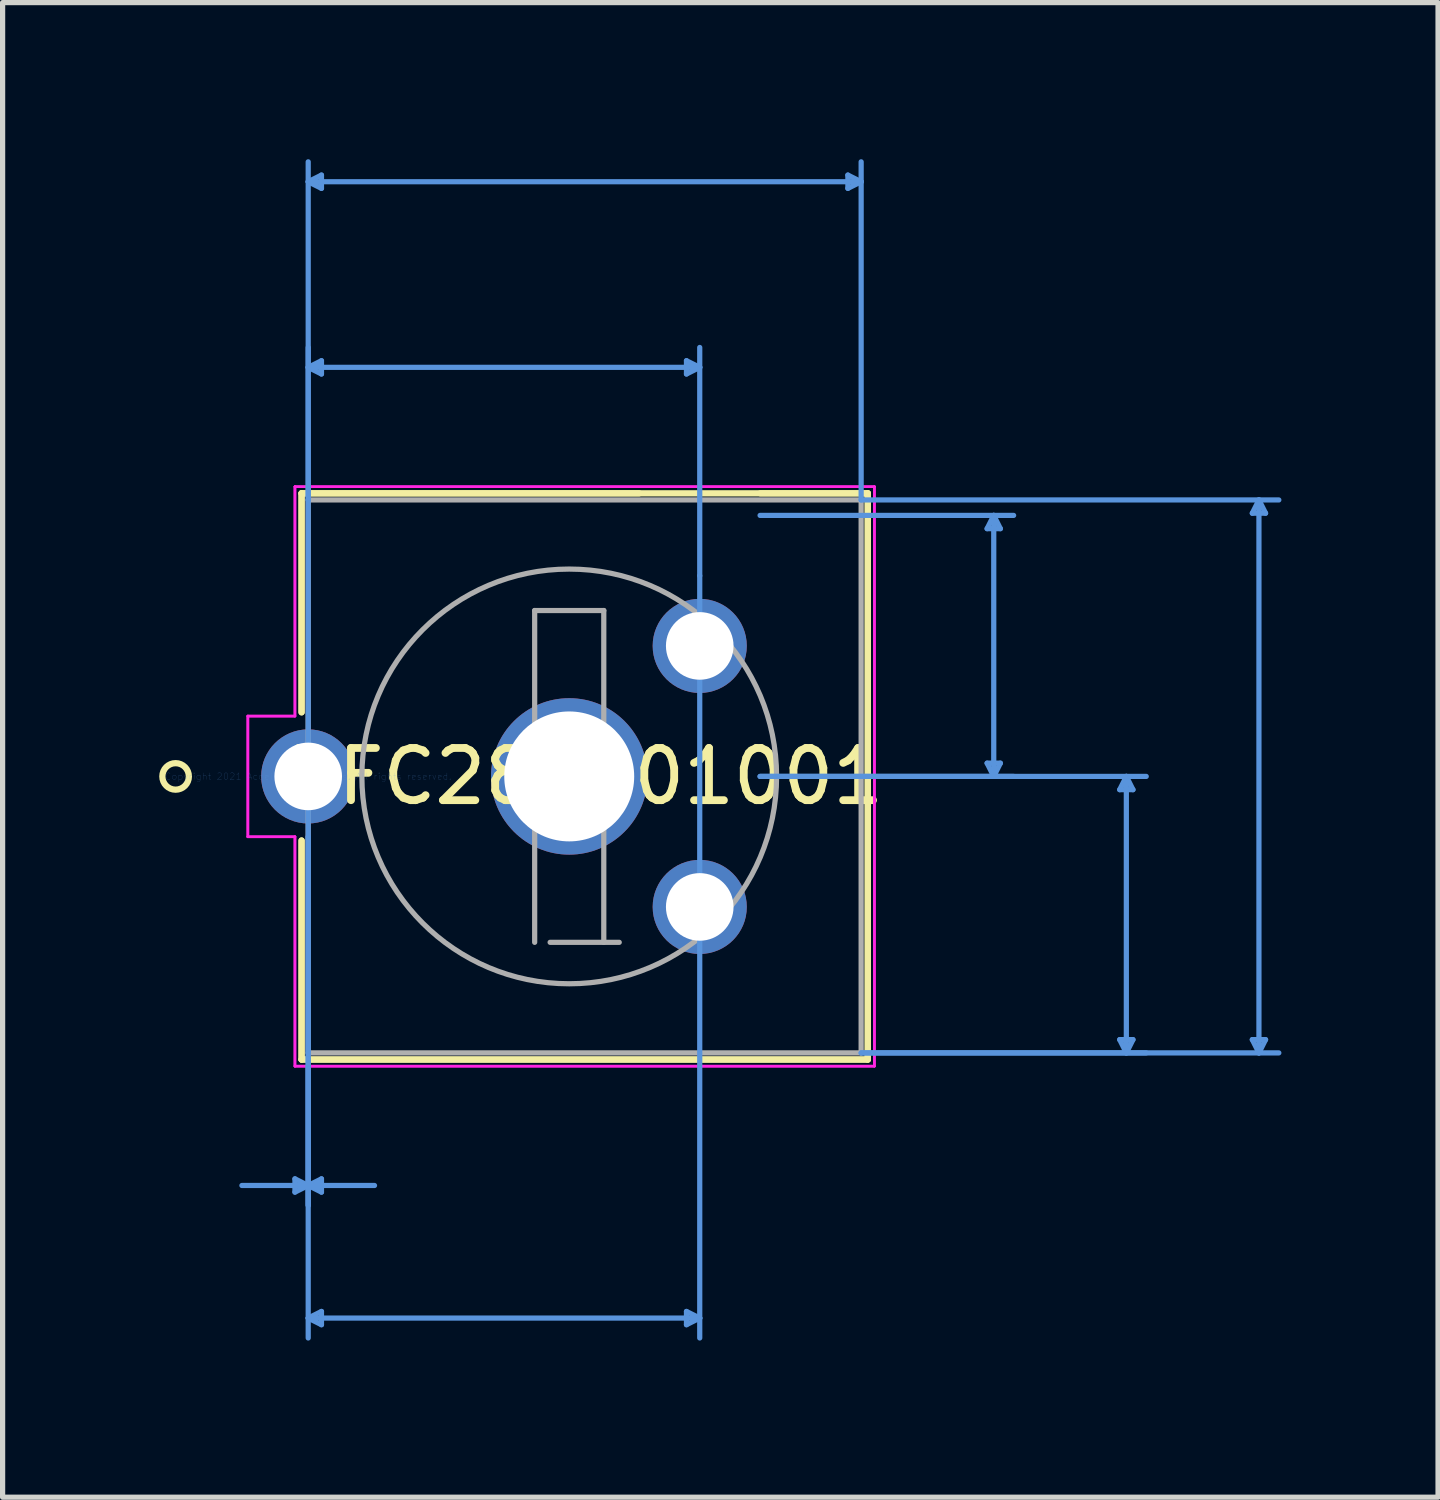
<source format=kicad_pcb>
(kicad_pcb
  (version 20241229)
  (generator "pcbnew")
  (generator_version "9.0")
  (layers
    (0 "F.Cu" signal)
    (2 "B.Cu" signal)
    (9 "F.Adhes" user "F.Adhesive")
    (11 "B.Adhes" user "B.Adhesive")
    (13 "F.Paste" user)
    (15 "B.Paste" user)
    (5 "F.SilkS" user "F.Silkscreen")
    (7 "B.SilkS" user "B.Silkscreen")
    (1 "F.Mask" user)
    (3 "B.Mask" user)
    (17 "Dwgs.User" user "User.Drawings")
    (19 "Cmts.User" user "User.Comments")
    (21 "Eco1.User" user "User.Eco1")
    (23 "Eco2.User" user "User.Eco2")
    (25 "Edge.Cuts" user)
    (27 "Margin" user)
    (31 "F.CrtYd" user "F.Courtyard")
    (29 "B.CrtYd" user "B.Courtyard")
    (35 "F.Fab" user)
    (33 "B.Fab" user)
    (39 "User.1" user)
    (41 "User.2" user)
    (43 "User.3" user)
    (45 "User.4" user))
  (footprint "BFC280801001"
    (layer "F.Cu")
    (at 2.854 11.823)
    (property "Reference" "BFC280801001" (at 5.296 0 0) (layer "F.SilkS") (effects (font (size 1 1) (thickness 0.15))))
    (attr through_hole)
    (fp_line (start -0.127 -5.423) (end -0.127 -1.228) (stroke (width 0.12) (type solid)) (layer "F.SilkS"))
    (fp_line (start -0.127 -5.423) (end 10.719 -5.423) (stroke (width 0.12) (type solid)) (layer "F.SilkS"))
    (fp_line (start -0.127 -1.228) (end -0.127 -5.423) (stroke (width 0.12) (type solid)) (layer "F.SilkS"))
    (fp_line (start -0.127 1.228) (end -0.127 5.423) (stroke (width 0.12) (type solid)) (layer "F.SilkS"))
    (fp_line (start -0.127 5.423) (end -0.127 1.228) (stroke (width 0.12) (type solid)) (layer "F.SilkS"))
    (fp_line (start -0.127 5.423) (end 10.719 5.423) (stroke (width 0.12) (type solid)) (layer "F.SilkS"))
    (fp_line (start 6.34 -5.423) (end -0.127 -5.423) (stroke (width 0.12) (type solid)) (layer "F.SilkS"))
    (fp_line (start 10.719 -5.423) (end 8.66 -5.423) (stroke (width 0.12) (type solid)) (layer "F.SilkS"))
    (fp_line (start 10.719 -5.423) (end 10.719 5.423) (stroke (width 0.12) (type solid)) (layer "F.SilkS"))
    (fp_line (start 10.719 5.423) (end -0.127 5.423) (stroke (width 0.12) (type solid)) (layer "F.SilkS"))
    (fp_line (start 10.719 5.423) (end 10.719 -5.423) (stroke (width 0.12) (type solid)) (layer "F.SilkS"))
    (fp_circle (center -2.54 0) (end -2.286 0) (stroke (width 0.12) (type solid)) (fill no) (layer "F.SilkS"))
    (fp_line (start -0.254 7.709) (end -0.254 7.963) (stroke (width 0.1) (type solid)) (layer "Cmts.User"))
    (fp_line (start 0 -11.392) (end 0.254 -11.519) (stroke (width 0.1) (type solid)) (layer "Cmts.User"))
    (fp_line (start 0 -11.392) (end 0.254 -11.265) (stroke (width 0.1) (type solid)) (layer "Cmts.User"))
    (fp_line (start 0 -11.392) (end 10.592 -11.392) (stroke (width 0.1) (type solid)) (layer "Cmts.User"))
    (fp_line (start 0 -7.836) (end 0.254 -7.963) (stroke (width 0.1) (type solid)) (layer "Cmts.User"))
    (fp_line (start 0 -7.836) (end 0.254 -7.709) (stroke (width 0.1) (type solid)) (layer "Cmts.User"))
    (fp_line (start 0 -7.836) (end 7.5 -7.836) (stroke (width 0.1) (type solid)) (layer "Cmts.User"))
    (fp_line (start 0 -5.296) (end 0 -11.773) (stroke (width 0.1) (type solid)) (layer "Cmts.User"))
    (fp_line (start 0 1.156) (end 0 -8.217) (stroke (width 0.1) (type solid)) (layer "Cmts.User"))
    (fp_line (start 0 1.156) (end 0 8.217) (stroke (width 0.1) (type solid)) (layer "Cmts.User"))
    (fp_line (start 0 1.156) (end 0 10.757) (stroke (width 0.1) (type solid)) (layer "Cmts.User"))
    (fp_line (start 0 5.55) (end 0 8.217) (stroke (width 0.1) (type solid)) (layer "Cmts.User"))
    (fp_line (start 0 7.836) (end -1.27 7.836) (stroke (width 0.1) (type solid)) (layer "Cmts.User"))
    (fp_line (start 0 7.836) (end -0.254 7.709) (stroke (width 0.1) (type solid)) (layer "Cmts.User"))
    (fp_line (start 0 7.836) (end -0.254 7.963) (stroke (width 0.1) (type solid)) (layer "Cmts.User"))
    (fp_line (start 0 7.836) (end 0.254 7.709) (stroke (width 0.1) (type solid)) (layer "Cmts.User"))
    (fp_line (start 0 7.836) (end 0.254 7.963) (stroke (width 0.1) (type solid)) (layer "Cmts.User"))
    (fp_line (start 0 7.836) (end 1.27 7.836) (stroke (width 0.1) (type solid)) (layer "Cmts.User"))
    (fp_line (start 0 10.376) (end 0.254 10.249) (stroke (width 0.1) (type solid)) (layer "Cmts.User"))
    (fp_line (start 0 10.376) (end 0.254 10.503) (stroke (width 0.1) (type solid)) (layer "Cmts.User"))
    (fp_line (start 0 10.376) (end 7.5 10.376) (stroke (width 0.1) (type solid)) (layer "Cmts.User"))
    (fp_line (start 0.254 -11.519) (end 0.254 -11.265) (stroke (width 0.1) (type solid)) (layer "Cmts.User"))
    (fp_line (start 0.254 -7.963) (end 0.254 -7.709) (stroke (width 0.1) (type solid)) (layer "Cmts.User"))
    (fp_line (start 0.254 7.709) (end 0.254 7.963) (stroke (width 0.1) (type solid)) (layer "Cmts.User"))
    (fp_line (start 0.254 10.249) (end 0.254 10.503) (stroke (width 0.1) (type solid)) (layer "Cmts.User"))
    (fp_line (start 7.246 10.249) (end 7.246 10.503) (stroke (width 0.1) (type solid)) (layer "Cmts.User"))
    (fp_line (start 7.246 -7.963) (end 7.246 -7.709) (stroke (width 0.1) (type solid)) (layer "Cmts.User"))
    (fp_line (start 7.5 -3.844) (end 7.5 10.757) (stroke (width 0.1) (type solid)) (layer "Cmts.User"))
    (fp_line (start 7.5 10.376) (end 7.246 10.249) (stroke (width 0.1) (type solid)) (layer "Cmts.User"))
    (fp_line (start 7.5 10.376) (end 7.246 10.503) (stroke (width 0.1) (type solid)) (layer "Cmts.User"))
    (fp_line (start 7.5 -7.836) (end 7.246 -7.963) (stroke (width 0.1) (type solid)) (layer "Cmts.User"))
    (fp_line (start 7.5 -7.836) (end 7.246 -7.709) (stroke (width 0.1) (type solid)) (layer "Cmts.User"))
    (fp_line (start 7.5 -3.844) (end 7.5 -8.217) (stroke (width 0.1) (type solid)) (layer "Cmts.User"))
    (fp_line (start 8.656 0) (end 13.513 0) (stroke (width 0.1) (type solid)) (layer "Cmts.User"))
    (fp_line (start 8.656 0) (end 16.053 0) (stroke (width 0.1) (type solid)) (layer "Cmts.User"))
    (fp_line (start 8.656 -5) (end 13.513 -5) (stroke (width 0.1) (type solid)) (layer "Cmts.User"))
    (fp_line (start 10.338 -11.519) (end 10.338 -11.265) (stroke (width 0.1) (type solid)) (layer "Cmts.User"))
    (fp_line (start 10.592 -11.392) (end 10.338 -11.519) (stroke (width 0.1) (type solid)) (layer "Cmts.User"))
    (fp_line (start 10.592 -11.392) (end 10.338 -11.265) (stroke (width 0.1) (type solid)) (layer "Cmts.User"))
    (fp_line (start 10.592 -5.296) (end 10.592 -11.773) (stroke (width 0.1) (type solid)) (layer "Cmts.User"))
    (fp_line (start 10.592 -5.296) (end 18.593 -5.296) (stroke (width 0.1) (type solid)) (layer "Cmts.User"))
    (fp_line (start 10.592 5.296) (end 16.053 5.296) (stroke (width 0.1) (type solid)) (layer "Cmts.User"))
    (fp_line (start 10.592 5.296) (end 18.593 5.296) (stroke (width 0.1) (type solid)) (layer "Cmts.User"))
    (fp_line (start 13.005 -4.746) (end 13.259 -4.746) (stroke (width 0.1) (type solid)) (layer "Cmts.User"))
    (fp_line (start 13.005 -0.254) (end 13.259 -0.254) (stroke (width 0.1) (type solid)) (layer "Cmts.User"))
    (fp_line (start 13.132 -5) (end 13.005 -4.746) (stroke (width 0.1) (type solid)) (layer "Cmts.User"))
    (fp_line (start 13.132 -5) (end 13.132 0) (stroke (width 0.1) (type solid)) (layer "Cmts.User"))
    (fp_line (start 13.132 -5) (end 13.259 -4.746) (stroke (width 0.1) (type solid)) (layer "Cmts.User"))
    (fp_line (start 13.132 0) (end 13.005 -0.254) (stroke (width 0.1) (type solid)) (layer "Cmts.User"))
    (fp_line (start 13.132 0) (end 13.259 -0.254) (stroke (width 0.1) (type solid)) (layer "Cmts.User"))
    (fp_line (start 15.545 0.254) (end 15.799 0.254) (stroke (width 0.1) (type solid)) (layer "Cmts.User"))
    (fp_line (start 15.545 5.042) (end 15.799 5.042) (stroke (width 0.1) (type solid)) (layer "Cmts.User"))
    (fp_line (start 15.672 0) (end 15.545 0.254) (stroke (width 0.1) (type solid)) (layer "Cmts.User"))
    (fp_line (start 15.672 0) (end 15.672 5.296) (stroke (width 0.1) (type solid)) (layer "Cmts.User"))
    (fp_line (start 15.672 0) (end 15.799 0.254) (stroke (width 0.1) (type solid)) (layer "Cmts.User"))
    (fp_line (start 15.672 5.296) (end 15.545 5.042) (stroke (width 0.1) (type solid)) (layer "Cmts.User"))
    (fp_line (start 15.672 5.296) (end 15.799 5.042) (stroke (width 0.1) (type solid)) (layer "Cmts.User"))
    (fp_line (start 18.085 -5.042) (end 18.339 -5.042) (stroke (width 0.1) (type solid)) (layer "Cmts.User"))
    (fp_line (start 18.085 5.042) (end 18.339 5.042) (stroke (width 0.1) (type solid)) (layer "Cmts.User"))
    (fp_line (start 18.212 -5.296) (end 18.085 -5.042) (stroke (width 0.1) (type solid)) (layer "Cmts.User"))
    (fp_line (start 18.212 -5.296) (end 18.212 5.296) (stroke (width 0.1) (type solid)) (layer "Cmts.User"))
    (fp_line (start 18.212 -5.296) (end 18.339 -5.042) (stroke (width 0.1) (type solid)) (layer "Cmts.User"))
    (fp_line (start 18.212 5.296) (end 18.085 5.042) (stroke (width 0.1) (type solid)) (layer "Cmts.User"))
    (fp_line (start 18.212 5.296) (end 18.339 5.042) (stroke (width 0.1) (type solid)) (layer "Cmts.User"))
    (fp_line (start -1.156 -1.156) (end -1.156 1.156) (stroke (width 0.05) (type solid)) (layer "F.CrtYd"))
    (fp_line (start -1.156 -1.156) (end -1.156 1.156) (stroke (width 0.05) (type solid)) (layer "F.CrtYd"))
    (fp_line (start -1.156 1.156) (end -0.254 1.156) (stroke (width 0.05) (type solid)) (layer "F.CrtYd"))
    (fp_line (start -1.156 1.156) (end -0.254 1.156) (stroke (width 0.05) (type solid)) (layer "F.CrtYd"))
    (fp_line (start -0.254 -5.55) (end -0.254 -1.156) (stroke (width 0.05) (type solid)) (layer "F.CrtYd"))
    (fp_line (start -0.254 -5.55) (end -0.254 -1.156) (stroke (width 0.05) (type solid)) (layer "F.CrtYd"))
    (fp_line (start -0.254 -1.156) (end -1.156 -1.156) (stroke (width 0.05) (type solid)) (layer "F.CrtYd"))
    (fp_line (start -0.254 -1.156) (end -1.156 -1.156) (stroke (width 0.05) (type solid)) (layer "F.CrtYd"))
    (fp_line (start -0.254 1.156) (end -0.254 5.55) (stroke (width 0.05) (type solid)) (layer "F.CrtYd"))
    (fp_line (start -0.254 1.156) (end -0.254 5.55) (stroke (width 0.05) (type solid)) (layer "F.CrtYd"))
    (fp_line (start -0.254 5.55) (end 10.846 5.55) (stroke (width 0.05) (type solid)) (layer "F.CrtYd"))
    (fp_line (start -0.254 5.55) (end 10.846 5.55) (stroke (width 0.05) (type solid)) (layer "F.CrtYd"))
    (fp_line (start 10.846 -5.55) (end -0.254 -5.55) (stroke (width 0.05) (type solid)) (layer "F.CrtYd"))
    (fp_line (start 10.846 -5.55) (end -0.254 -5.55) (stroke (width 0.05) (type solid)) (layer "F.CrtYd"))
    (fp_line (start 10.846 5.55) (end 10.846 -5.55) (stroke (width 0.05) (type solid)) (layer "F.CrtYd"))
    (fp_line (start 10.846 5.55) (end 10.846 -5.55) (stroke (width 0.05) (type solid)) (layer "F.CrtYd"))
    (fp_line (start 0 -5.296) (end 0 5.296) (stroke (width 0.1) (type solid)) (layer "F.Fab"))
    (fp_line (start 0 5.296) (end 10.592 5.296) (stroke (width 0.1) (type solid)) (layer "F.Fab"))
    (fp_line (start 4.338 -3.178) (end 4.338 3.178) (stroke (width 0.1) (type solid)) (layer "F.Fab"))
    (fp_line (start 4.338 -3.178) (end 5.662 -3.178) (stroke (width 0.1) (type solid)) (layer "F.Fab"))
    (fp_line (start 4.634 3.178) (end 5.958 3.178) (stroke (width 0.1) (type solid)) (layer "F.Fab"))
    (fp_line (start 5.662 -3.178) (end 5.662 3.178) (stroke (width 0.1) (type solid)) (layer "F.Fab"))
    (fp_line (start 10.592 -5.296) (end 0 -5.296) (stroke (width 0.1) (type solid)) (layer "F.Fab"))
    (fp_line (start 10.592 5.296) (end 10.592 -5.296) (stroke (width 0.1) (type solid)) (layer "F.Fab"))
    (fp_circle (center 0.178 0) (end 0.432 0) (stroke (width 0.1) (type solid)) (fill no) (layer "F.Fab"))
    (fp_circle (center 5 0) (end 8.972 0) (stroke (width 0.1) (type solid)) (fill no) (layer "F.Fab"))
    (fp_text user "*" (at 0 0 0) (layer "F.SilkS") (effects (font (size 1 1) (thickness 0.15))))
    (fp_text user "Copyright 2021 Accelerated Designs. All rights reserved." (at 0 0 0) (layer "Cmts.User") (effects (font (size 0.127 0.127) (thickness 0.002))))
    (fp_text user "*" (at 0 0 0) (layer "F.Fab") (effects (font (size 1 1) (thickness 0.15))))
    (pad "1" thru_hole circle (at 0 0) (size 1.803 1.803) (drill 1.295) (layers "*.Cu" "*.Mask"))
    (pad "2" thru_hole circle (at 7.5 -2.5) (size 1.803 1.803) (drill 1.295) (layers "*.Cu" "*.Mask"))
    (pad "3" thru_hole circle (at 7.5 2.5) (size 1.803 1.803) (drill 1.295) (layers "*.Cu" "*.Mask"))
    (pad "4" thru_hole circle (at 5 0) (size 2.997 2.997) (drill 2.489) (layers "*.Cu" "*.Mask")))
  (gr_rect
    (start -3 -3)
    (end 24.497 25.63)
    (stroke (width 0.1) (type default))
    (fill no)
    (layer "Edge.Cuts")))
</source>
